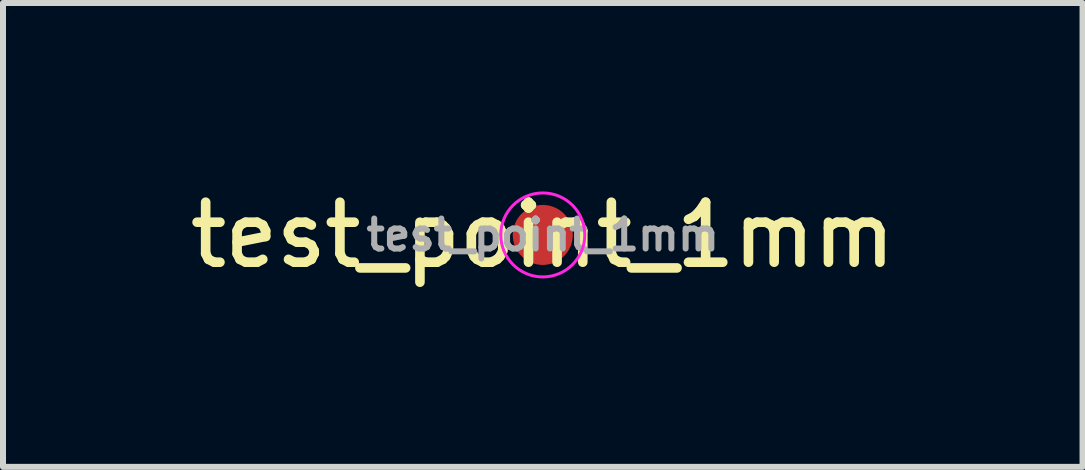
<source format=kicad_pcb>
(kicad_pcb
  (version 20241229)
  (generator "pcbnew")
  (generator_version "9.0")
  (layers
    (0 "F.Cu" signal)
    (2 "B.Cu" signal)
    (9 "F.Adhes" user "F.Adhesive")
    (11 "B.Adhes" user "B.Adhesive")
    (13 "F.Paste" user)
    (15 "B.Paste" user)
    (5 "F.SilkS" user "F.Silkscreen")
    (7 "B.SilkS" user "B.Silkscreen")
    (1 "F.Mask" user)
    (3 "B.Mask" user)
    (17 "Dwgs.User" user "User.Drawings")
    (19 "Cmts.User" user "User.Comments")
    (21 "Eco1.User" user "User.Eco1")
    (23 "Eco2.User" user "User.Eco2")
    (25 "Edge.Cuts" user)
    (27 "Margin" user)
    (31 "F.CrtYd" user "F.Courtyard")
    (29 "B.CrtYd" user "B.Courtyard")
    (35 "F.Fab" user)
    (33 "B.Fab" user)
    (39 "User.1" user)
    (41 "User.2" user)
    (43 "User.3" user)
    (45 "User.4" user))
  (footprint "test_point_1mm"
    (layer "F.Cu")
    (at 5.997 0.866)
    (property "Reference" "test_point_1mm" (at 0 0 0) (unlocked yes) (layer "F.SilkS") (effects (font (size 1 1) (thickness 0.16))))
    (attr smd exclude_from_pos_files exclude_from_bom)
    (fp_circle (center 0 0) (end 0.7 0) (stroke (width 0.05) (type default)) (fill no) (layer "F.CrtYd"))
    (fp_text user "${REFERENCE}" (at 0 0 0) (unlocked yes) (layer "F.Fab") (effects (font (size 0.5 0.5) (thickness 0.1) (bold yes))))
    (pad "1" smd circle (at 0 0) (size 1 1) (layers "F.Cu" "F.Mask")))
  (gr_rect
    (start -3 -3)
    (end 14.994 4.732)
    (stroke (width 0.1) (type default))
    (fill no)
    (layer "Edge.Cuts")))
</source>
